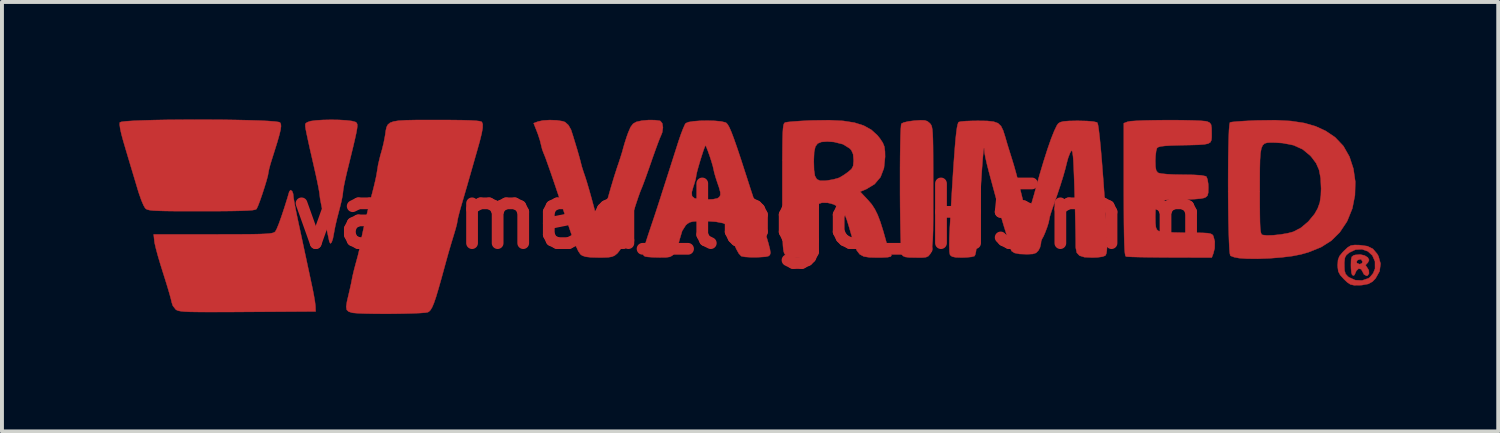
<source format=kicad_pcb>
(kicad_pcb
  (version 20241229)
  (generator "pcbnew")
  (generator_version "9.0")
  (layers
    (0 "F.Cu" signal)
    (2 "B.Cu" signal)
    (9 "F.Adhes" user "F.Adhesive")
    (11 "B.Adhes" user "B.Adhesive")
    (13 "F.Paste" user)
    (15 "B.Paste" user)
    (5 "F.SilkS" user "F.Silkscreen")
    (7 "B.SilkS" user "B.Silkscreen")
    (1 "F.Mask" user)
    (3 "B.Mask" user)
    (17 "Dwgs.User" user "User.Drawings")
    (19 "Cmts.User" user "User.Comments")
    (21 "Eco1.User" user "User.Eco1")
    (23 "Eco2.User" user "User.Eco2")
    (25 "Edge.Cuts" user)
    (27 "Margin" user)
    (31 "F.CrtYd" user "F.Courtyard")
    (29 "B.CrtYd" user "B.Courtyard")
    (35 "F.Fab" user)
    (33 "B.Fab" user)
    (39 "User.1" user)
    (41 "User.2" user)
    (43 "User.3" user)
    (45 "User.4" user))
  (footprint "varimed_logo_H5mm"
    (layer "F.Cu")
    (at 16.08 2.469)
    (property "Reference" "varimed_logo_H5mm" (at 0 0 0) (layer "F.Cu") (effects (font (size 1.524 1.524) (thickness 0.3))))
    (attr through_hole)
    (fp_poly (pts (xy 15.715 1.005) (xy 15.797 1.055) (xy 15.83 1.12) (xy 15.799 1.188) (xy 15.782 1.203) (xy 15.74 1.25) (xy 15.772 1.301) (xy 15.775 1.304) (xy 15.823 1.382) (xy 15.828 1.465) (xy 15.792 1.518) (xy 15.765 1.524) (xy 15.7 1.489) (xy 15.676 1.442) (xy 15.628 1.355) (xy 15.563 1.34) (xy 15.503 1.398) (xy 15.494 1.419) (xy 15.457 1.503) (xy 15.426 1.519) (xy 15.395 1.496) (xy 15.379 1.441) (xy 15.369 1.33) (xy 15.367 1.243) (xy 15.369 1.174) (xy 15.509 1.174) (xy 15.523 1.201) (xy 15.591 1.228) (xy 15.649 1.203) (xy 15.663 1.164) (xy 15.631 1.108) (xy 15.602 1.101) (xy 15.533 1.124) (xy 15.509 1.174) (xy 15.369 1.174) (xy 15.371 1.11) (xy 15.389 1.038) (xy 15.432 1.004) (xy 15.473 0.991) (xy 15.602 0.98) (xy 15.715 1.005)) (stroke (width 0.01) (type solid)) (fill yes) (layer "F.Cu"))
    (fp_poly (pts (xy 15.591 0.74) (xy 15.788 0.767) (xy 15.928 0.836) (xy 16.034 0.961) (xy 16.07 1.024) (xy 16.123 1.214) (xy 16.098 1.407) (xy 15.996 1.589) (xy 15.918 1.671) (xy 15.811 1.731) (xy 15.647 1.761) (xy 15.589 1.764) (xy 15.448 1.765) (xy 15.354 1.744) (xy 15.271 1.688) (xy 15.19 1.611) (xy 15.092 1.503) (xy 15.044 1.411) (xy 15.029 1.297) (xy 15.028 1.249) (xy 15.028 1.248) (xy 15.198 1.248) (xy 15.204 1.388) (xy 15.229 1.475) (xy 15.285 1.538) (xy 15.314 1.561) (xy 15.474 1.634) (xy 15.651 1.643) (xy 15.813 1.588) (xy 15.847 1.564) (xy 15.934 1.46) (xy 15.982 1.342) (xy 15.981 1.157) (xy 15.915 1.006) (xy 15.8 0.899) (xy 15.65 0.846) (xy 15.483 0.856) (xy 15.325 0.931) (xy 15.249 0.994) (xy 15.212 1.064) (xy 15.199 1.173) (xy 15.198 1.248) (xy 15.028 1.248) (xy 15.037 1.119) (xy 15.073 1.023) (xy 15.154 0.924) (xy 15.188 0.889) (xy 15.285 0.798) (xy 15.365 0.751) (xy 15.463 0.737) (xy 15.591 0.74)) (stroke (width 0.01) (type solid)) (fill yes) (layer "F.Cu"))
    (fp_poly (pts (xy 4.485 -2.445) (xy 4.552 -2.422) (xy 4.609 -2.376) (xy 4.61 -2.375) (xy 4.633 -2.35) (xy 4.652 -2.319) (xy 4.666 -2.275) (xy 4.678 -2.208) (xy 4.686 -2.111) (xy 4.692 -1.974) (xy 4.696 -1.79) (xy 4.698 -1.549) (xy 4.699 -1.244) (xy 4.699 -0.865) (xy 4.699 -0.708) (xy 4.699 -0.275) (xy 4.699 0.082) (xy 4.696 0.368) (xy 4.688 0.593) (xy 4.674 0.763) (xy 4.652 0.886) (xy 4.62 0.969) (xy 4.576 1.021) (xy 4.517 1.048) (xy 4.443 1.058) (xy 4.351 1.059) (xy 4.254 1.058) (xy 4.087 1.055) (xy 3.985 1.042) (xy 3.927 1.016) (xy 3.896 0.976) (xy 3.886 0.916) (xy 3.877 0.784) (xy 3.87 0.59) (xy 3.864 0.346) (xy 3.859 0.063) (xy 3.855 -0.246) (xy 3.853 -0.572) (xy 3.853 -0.901) (xy 3.853 -1.223) (xy 3.855 -1.526) (xy 3.859 -1.799) (xy 3.864 -2.031) (xy 3.871 -2.209) (xy 3.88 -2.323) (xy 3.887 -2.36) (xy 3.944 -2.39) (xy 4.062 -2.418) (xy 4.218 -2.438) (xy 4.221 -2.439) (xy 4.383 -2.449) (xy 4.485 -2.445)) (stroke (width 0.01) (type solid)) (fill yes) (layer "F.Cu"))
    (fp_poly (pts (xy -10.473 -2.457) (xy -10.287 -2.446) (xy -10.139 -2.428) (xy -10.048 -2.402) (xy -10.033 -2.391) (xy -10.017 -2.369) (xy -10.007 -2.341) (xy -10.006 -2.297) (xy -10.014 -2.227) (xy -10.033 -2.123) (xy -10.065 -1.976) (xy -10.112 -1.775) (xy -10.176 -1.512) (xy -10.258 -1.177) (xy -10.27 -1.131) (xy -10.313 -0.943) (xy -10.348 -0.775) (xy -10.368 -0.652) (xy -10.372 -0.61) (xy -10.383 -0.522) (xy -10.412 -0.378) (xy -10.455 -0.204) (xy -10.473 -0.135) (xy -10.523 0.057) (xy -10.567 0.244) (xy -10.596 0.392) (xy -10.601 0.423) (xy -10.63 0.575) (xy -10.662 0.669) (xy -10.694 0.698) (xy -10.72 0.652) (xy -10.724 0.633) (xy -10.741 0.551) (xy -10.772 0.408) (xy -10.813 0.224) (xy -10.855 0.042) (xy -10.899 -0.157) (xy -10.934 -0.332) (xy -10.958 -0.462) (xy -10.965 -0.526) (xy -10.974 -0.599) (xy -10.998 -0.734) (xy -11.034 -0.911) (xy -11.07 -1.077) (xy -11.151 -1.434) (xy -11.216 -1.717) (xy -11.264 -1.936) (xy -11.299 -2.099) (xy -11.322 -2.214) (xy -11.333 -2.29) (xy -11.334 -2.338) (xy -11.327 -2.364) (xy -11.312 -2.379) (xy -11.293 -2.39) (xy -11.279 -2.399) (xy -11.2 -2.426) (xy -11.06 -2.445) (xy -10.879 -2.456) (xy -10.677 -2.46) (xy -10.473 -2.457)) (stroke (width 0.01) (type solid)) (fill yes) (layer "F.Cu"))
    (fp_poly (pts (xy -11.672 -0.64) (xy -11.645 -0.572) (xy -11.642 -0.537) (xy -11.633 -0.461) (xy -11.609 -0.322) (xy -11.574 -0.14) (xy -11.532 0.064) (xy -11.476 0.323) (xy -11.414 0.612) (xy -11.355 0.888) (xy -11.323 1.037) (xy -11.273 1.271) (xy -11.22 1.518) (xy -11.173 1.74) (xy -11.151 1.841) (xy -11.116 2.019) (xy -11.089 2.179) (xy -11.075 2.293) (xy -11.074 2.307) (xy -11.07 2.434) (xy -12.811 2.445) (xy -13.243 2.448) (xy -13.598 2.449) (xy -13.885 2.449) (xy -14.111 2.447) (xy -14.284 2.444) (xy -14.412 2.438) (xy -14.504 2.429) (xy -14.567 2.418) (xy -14.609 2.404) (xy -14.639 2.386) (xy -14.644 2.382) (xy -14.717 2.288) (xy -14.746 2.201) (xy -14.763 2.125) (xy -14.801 1.986) (xy -14.856 1.799) (xy -14.923 1.583) (xy -14.962 1.46) (xy -15.035 1.227) (xy -15.1 1.007) (xy -15.15 0.821) (xy -15.181 0.686) (xy -15.187 0.646) (xy -15.206 0.466) (xy -13.684 0.466) (xy -13.283 0.465) (xy -12.958 0.464) (xy -12.701 0.462) (xy -12.503 0.458) (xy -12.356 0.452) (xy -12.251 0.444) (xy -12.181 0.433) (xy -12.136 0.419) (xy -12.108 0.401) (xy -12.099 0.392) (xy -12.062 0.323) (xy -12.007 0.188) (xy -11.941 0.003) (xy -11.868 -0.217) (xy -11.793 -0.456) (xy -11.743 -0.627) (xy -11.711 -0.665) (xy -11.672 -0.64)) (stroke (width 0.01) (type solid)) (fill yes) (layer "F.Cu"))
    (fp_poly (pts (xy -13.808 -2.463) (xy -13.452 -2.461) (xy -13.113 -2.456) (xy -12.799 -2.449) (xy -12.522 -2.441) (xy -12.292 -2.43) (xy -12.118 -2.417) (xy -12.01 -2.402) (xy -11.979 -2.39) (xy -11.959 -2.352) (xy -11.954 -2.294) (xy -11.966 -2.205) (xy -11.997 -2.075) (xy -12.049 -1.892) (xy -12.126 -1.645) (xy -12.176 -1.487) (xy -12.225 -1.33) (xy -12.26 -1.198) (xy -12.276 -1.117) (xy -12.277 -1.111) (xy -12.29 -1.036) (xy -12.325 -0.905) (xy -12.375 -0.741) (xy -12.432 -0.565) (xy -12.489 -0.4) (xy -12.54 -0.267) (xy -12.576 -0.189) (xy -12.581 -0.181) (xy -12.614 -0.165) (xy -12.687 -0.152) (xy -12.809 -0.143) (xy -12.986 -0.136) (xy -13.225 -0.131) (xy -13.533 -0.128) (xy -13.918 -0.127) (xy -13.99 -0.127) (xy -14.368 -0.127) (xy -14.67 -0.128) (xy -14.905 -0.131) (xy -15.083 -0.136) (xy -15.212 -0.142) (xy -15.302 -0.152) (xy -15.36 -0.165) (xy -15.398 -0.182) (xy -15.422 -0.203) (xy -15.423 -0.203) (xy -15.466 -0.278) (xy -15.522 -0.41) (xy -15.58 -0.575) (xy -15.6 -0.637) (xy -15.706 -0.991) (xy -15.791 -1.274) (xy -15.858 -1.498) (xy -15.91 -1.673) (xy -15.95 -1.809) (xy -15.982 -1.917) (xy -16.007 -2.009) (xy -16.028 -2.086) (xy -16.06 -2.228) (xy -16.075 -2.342) (xy -16.071 -2.393) (xy -16.024 -2.409) (xy -15.902 -2.423) (xy -15.716 -2.435) (xy -15.475 -2.445) (xy -15.19 -2.453) (xy -14.87 -2.459) (xy -14.527 -2.462) (xy -14.169 -2.464) (xy -13.808 -2.463)) (stroke (width 0.01) (type solid)) (fill yes) (layer "F.Cu"))
    (fp_poly (pts (xy 13.833 -2.429) (xy 14.171 -2.378) (xy 14.462 -2.295) (xy 14.717 -2.178) (xy 14.947 -2.024) (xy 14.971 -2.005) (xy 15.174 -1.79) (xy 15.328 -1.52) (xy 15.43 -1.21) (xy 15.478 -0.877) (xy 15.469 -0.534) (xy 15.403 -0.198) (xy 15.276 0.116) (xy 15.259 0.148) (xy 15.08 0.415) (xy 14.865 0.627) (xy 14.602 0.793) (xy 14.278 0.923) (xy 14.095 0.975) (xy 13.874 1.019) (xy 13.596 1.053) (xy 13.29 1.077) (xy 12.984 1.089) (xy 12.704 1.086) (xy 12.51 1.072) (xy 12.388 1.049) (xy 12.3 1.016) (xy 12.288 1.008) (xy 12.275 0.956) (xy 12.263 0.831) (xy 12.254 0.644) (xy 12.246 0.406) (xy 12.239 0.129) (xy 12.235 -0.177) (xy 12.232 -0.501) (xy 12.231 -0.831) (xy 12.231 -0.898) (xy 13.039 -0.898) (xy 13.039 -0.63) (xy 13.039 -0.297) (xy 13.041 -0.039) (xy 13.044 0.154) (xy 13.05 0.292) (xy 13.059 0.383) (xy 13.072 0.439) (xy 13.089 0.468) (xy 13.112 0.481) (xy 13.113 0.481) (xy 13.223 0.493) (xy 13.385 0.488) (xy 13.572 0.468) (xy 13.754 0.437) (xy 13.894 0.4) (xy 14.088 0.299) (xy 14.278 0.139) (xy 14.439 -0.056) (xy 14.517 -0.194) (xy 14.572 -0.346) (xy 14.599 -0.527) (xy 14.605 -0.704) (xy 14.593 -0.971) (xy 14.553 -1.18) (xy 14.477 -1.353) (xy 14.357 -1.513) (xy 14.326 -1.547) (xy 14.134 -1.706) (xy 13.902 -1.811) (xy 13.619 -1.866) (xy 13.429 -1.878) (xy 13.317 -1.88) (xy 13.229 -1.875) (xy 13.162 -1.855) (xy 13.113 -1.809) (xy 13.079 -1.73) (xy 13.057 -1.608) (xy 13.045 -1.435) (xy 13.04 -1.201) (xy 13.039 -0.898) (xy 12.231 -0.898) (xy 12.232 -1.157) (xy 12.234 -1.467) (xy 12.239 -1.75) (xy 12.245 -1.994) (xy 12.253 -2.19) (xy 12.264 -2.326) (xy 12.276 -2.39) (xy 12.279 -2.393) (xy 12.334 -2.404) (xy 12.459 -2.416) (xy 12.637 -2.428) (xy 12.852 -2.439) (xy 12.971 -2.444) (xy 13.437 -2.45) (xy 13.833 -2.429)) (stroke (width 0.01) (type solid)) (fill yes) (layer "F.Cu"))
    (fp_poly (pts (xy -7.624 -2.454) (xy -7.34 -2.451) (xy -7.126 -2.445) (xy -6.975 -2.436) (xy -6.879 -2.424) (xy -6.83 -2.408) (xy -6.825 -2.402) (xy -6.804 -2.349) (xy -6.805 -2.256) (xy -6.83 -2.114) (xy -6.88 -1.911) (xy -6.941 -1.693) (xy -6.999 -1.491) (xy -7.066 -1.256) (xy -7.129 -1.035) (xy -7.135 -1.016) (xy -7.199 -0.791) (xy -7.273 -0.537) (xy -7.34 -0.307) (xy -7.344 -0.294) (xy -7.392 -0.125) (xy -7.429 0.018) (xy -7.449 0.111) (xy -7.451 0.129) (xy -7.463 0.197) (xy -7.495 0.321) (xy -7.541 0.476) (xy -7.551 0.508) (xy -7.608 0.696) (xy -7.676 0.927) (xy -7.741 1.161) (xy -7.765 1.249) (xy -7.859 1.592) (xy -7.936 1.863) (xy -7.998 2.07) (xy -8.05 2.221) (xy -8.095 2.327) (xy -8.135 2.395) (xy -8.175 2.436) (xy -8.203 2.453) (xy -8.272 2.465) (xy -8.409 2.475) (xy -8.6 2.483) (xy -8.828 2.489) (xy -9.079 2.493) (xy -9.335 2.494) (xy -9.581 2.492) (xy -9.803 2.488) (xy -9.983 2.481) (xy -10.106 2.471) (xy -10.139 2.466) (xy -10.227 2.438) (xy -10.276 2.393) (xy -10.289 2.314) (xy -10.27 2.184) (xy -10.237 2.042) (xy -10.197 1.871) (xy -10.163 1.718) (xy -10.143 1.614) (xy -10.141 1.604) (xy -10.122 1.51) (xy -10.087 1.364) (xy -10.042 1.195) (xy -10.035 1.171) (xy -9.989 1) (xy -9.952 0.846) (xy -9.931 0.738) (xy -9.929 0.729) (xy -9.909 0.609) (xy -9.871 0.426) (xy -9.821 0.2) (xy -9.762 -0.05) (xy -9.699 -0.304) (xy -9.637 -0.544) (xy -9.629 -0.572) (xy -9.581 -0.76) (xy -9.54 -0.934) (xy -9.513 -1.067) (xy -9.508 -1.102) (xy -9.473 -1.319) (xy -9.417 -1.551) (xy -9.376 -1.693) (xy -9.334 -1.862) (xy -9.299 -2.044) (xy -9.292 -2.088) (xy -9.277 -2.193) (xy -9.258 -2.275) (xy -9.224 -2.339) (xy -9.167 -2.385) (xy -9.078 -2.417) (xy -8.946 -2.438) (xy -8.764 -2.449) (xy -8.521 -2.454) (xy -8.208 -2.455) (xy -7.985 -2.455) (xy -7.624 -2.454)) (stroke (width 0.01) (type solid)) (fill yes) (layer "F.Cu"))
    (fp_poly (pts (xy 11.101 -2.449) (xy 11.33 -2.444) (xy 11.518 -2.436) (xy 11.648 -2.425) (xy 11.699 -2.415) (xy 11.761 -2.385) (xy 11.795 -2.338) (xy 11.809 -2.251) (xy 11.811 -2.119) (xy 11.811 -2.015) (xy 11.803 -1.939) (xy 11.777 -1.886) (xy 11.72 -1.852) (xy 11.621 -1.832) (xy 11.47 -1.821) (xy 11.254 -1.815) (xy 11.037 -1.811) (xy 10.792 -1.804) (xy 10.619 -1.794) (xy 10.506 -1.78) (xy 10.441 -1.76) (xy 10.413 -1.736) (xy 10.392 -1.661) (xy 10.377 -1.533) (xy 10.372 -1.409) (xy 10.377 -1.257) (xy 10.394 -1.166) (xy 10.431 -1.116) (xy 10.454 -1.102) (xy 10.526 -1.086) (xy 10.663 -1.072) (xy 10.847 -1.062) (xy 11.059 -1.058) (xy 11.08 -1.058) (xy 11.352 -1.054) (xy 11.541 -1.042) (xy 11.65 -1.021) (xy 11.676 -1.008) (xy 11.704 -0.939) (xy 11.723 -0.818) (xy 11.726 -0.731) (xy 11.722 -0.597) (xy 11.702 -0.522) (xy 11.657 -0.482) (xy 11.618 -0.465) (xy 11.534 -0.448) (xy 11.386 -0.435) (xy 11.196 -0.426) (xy 10.991 -0.423) (xy 10.724 -0.419) (xy 10.54 -0.405) (xy 10.438 -0.383) (xy 10.422 -0.373) (xy 10.395 -0.301) (xy 10.377 -0.163) (xy 10.372 0.007) (xy 10.375 0.178) (xy 10.386 0.284) (xy 10.411 0.344) (xy 10.452 0.379) (xy 10.454 0.38) (xy 10.525 0.395) (xy 10.664 0.409) (xy 10.856 0.418) (xy 11.084 0.423) (xy 11.172 0.423) (xy 11.418 0.424) (xy 11.593 0.428) (xy 11.71 0.435) (xy 11.783 0.449) (xy 11.825 0.47) (xy 11.849 0.5) (xy 11.852 0.505) (xy 11.89 0.645) (xy 11.887 0.817) (xy 11.854 0.95) (xy 11.813 1.058) (xy 10.743 1.055) (xy 10.449 1.053) (xy 10.181 1.05) (xy 9.952 1.046) (xy 9.774 1.041) (xy 9.659 1.035) (xy 9.62 1.03) (xy 9.606 1.006) (xy 9.595 0.943) (xy 9.586 0.834) (xy 9.579 0.672) (xy 9.574 0.452) (xy 9.57 0.167) (xy 9.568 -0.19) (xy 9.567 -0.624) (xy 9.567 -0.682) (xy 9.567 -2.373) (xy 9.663 -2.41) (xy 9.74 -2.424) (xy 9.887 -2.434) (xy 10.086 -2.443) (xy 10.323 -2.448) (xy 10.582 -2.451) (xy 10.847 -2.452) (xy 11.101 -2.449)) (stroke (width 0.01) (type solid)) (fill yes) (layer "F.Cu"))
    (fp_poly (pts (xy -4.913 -2.447) (xy -4.762 -2.423) (xy -4.701 -2.401) (xy -4.616 -2.325) (xy -4.551 -2.211) (xy -4.547 -2.201) (xy -4.497 -2.047) (xy -4.442 -1.866) (xy -4.386 -1.681) (xy -4.339 -1.516) (xy -4.306 -1.394) (xy -4.296 -1.353) (xy -4.274 -1.266) (xy -4.232 -1.134) (xy -4.194 -1.025) (xy -4.148 -0.881) (xy -4.09 -0.685) (xy -4.027 -0.461) (xy -3.966 -0.235) (xy -3.915 -0.034) (xy -3.88 0.118) (xy -3.876 0.141) (xy -3.86 0.223) (xy -3.854 0.254) (xy -3.835 0.251) (xy -3.801 0.186) (xy -3.758 0.08) (xy -3.715 -0.048) (xy -3.682 -0.169) (xy -3.618 -0.421) (xy -3.535 -0.715) (xy -3.445 -1.015) (xy -3.358 -1.284) (xy -3.34 -1.333) (xy -3.286 -1.498) (xy -3.237 -1.656) (xy -3.214 -1.744) (xy -3.176 -1.874) (xy -3.123 -2.038) (xy -3.089 -2.132) (xy -3.027 -2.275) (xy -2.964 -2.359) (xy -2.881 -2.406) (xy -2.871 -2.409) (xy -2.739 -2.438) (xy -2.574 -2.453) (xy -2.411 -2.452) (xy -2.286 -2.435) (xy -2.268 -2.43) (xy -2.219 -2.37) (xy -2.202 -2.263) (xy -2.22 -2.138) (xy -2.25 -2.062) (xy -2.281 -1.991) (xy -2.333 -1.856) (xy -2.399 -1.675) (xy -2.474 -1.465) (xy -2.504 -1.377) (xy -2.58 -1.161) (xy -2.649 -0.967) (xy -2.706 -0.814) (xy -2.743 -0.718) (xy -2.752 -0.699) (xy -2.786 -0.614) (xy -2.834 -0.48) (xy -2.874 -0.36) (xy -2.972 -0.063) (xy -3.057 0.177) (xy -3.095 0.275) (xy -3.171 0.466) (xy -3.22 0.596) (xy -3.247 0.682) (xy -3.258 0.74) (xy -3.26 0.769) (xy -3.289 0.852) (xy -3.361 0.945) (xy -3.372 0.955) (xy -3.435 1.006) (xy -3.504 1.036) (xy -3.602 1.052) (xy -3.752 1.057) (xy -3.848 1.057) (xy -4.043 1.052) (xy -4.173 1.037) (xy -4.259 1.009) (xy -4.304 0.979) (xy -4.361 0.898) (xy -4.434 0.74) (xy -4.522 0.509) (xy -4.589 0.314) (xy -4.729 -0.11) (xy -4.857 -0.495) (xy -4.971 -0.833) (xy -5.069 -1.119) (xy -5.149 -1.346) (xy -5.207 -1.507) (xy -5.243 -1.595) (xy -5.247 -1.604) (xy -5.284 -1.702) (xy -5.312 -1.814) (xy -5.341 -1.933) (xy -5.39 -2.083) (xy -5.419 -2.16) (xy -5.503 -2.373) (xy -5.395 -2.414) (xy -5.263 -2.443) (xy -5.091 -2.453) (xy -4.913 -2.447)) (stroke (width 0.01) (type solid)) (fill yes) (layer "F.Cu"))
    (fp_poly (pts (xy -0.875 -2.433) (xy -0.717 -2.418) (xy -0.609 -2.393) (xy -0.581 -2.378) (xy -0.545 -2.336) (xy -0.503 -2.26) (xy -0.452 -2.143) (xy -0.389 -1.976) (xy -0.311 -1.754) (xy -0.215 -1.467) (xy -0.099 -1.108) (xy -0.062 -0.995) (xy 0.031 -0.705) (xy 0.133 -0.396) (xy 0.233 -0.095) (xy 0.322 0.17) (xy 0.369 0.306) (xy 0.438 0.513) (xy 0.493 0.699) (xy 0.53 0.845) (xy 0.543 0.932) (xy 0.543 0.941) (xy 0.529 0.99) (xy 0.494 1.02) (xy 0.419 1.037) (xy 0.285 1.046) (xy 0.202 1.05) (xy 0.034 1.05) (xy -0.109 1.041) (xy -0.198 1.023) (xy -0.205 1.019) (xy -0.264 0.955) (xy -0.332 0.832) (xy -0.4 0.673) (xy -0.458 0.502) (xy -0.497 0.342) (xy -0.505 0.287) (xy -0.552 0.227) (xy -0.67 0.178) (xy -0.846 0.144) (xy -1.067 0.128) (xy -1.135 0.127) (xy -1.319 0.129) (xy -1.44 0.138) (xy -1.52 0.159) (xy -1.58 0.197) (xy -1.619 0.233) (xy -1.711 0.378) (xy -1.774 0.589) (xy -1.816 0.746) (xy -1.871 0.884) (xy -1.909 0.948) (xy -1.962 1.006) (xy -2.023 1.039) (xy -2.116 1.053) (xy -2.265 1.055) (xy -2.3 1.055) (xy -2.457 1.051) (xy -2.585 1.042) (xy -2.655 1.031) (xy -2.656 1.03) (xy -2.688 1.012) (xy -2.705 0.98) (xy -2.705 0.925) (xy -2.688 0.834) (xy -2.65 0.699) (xy -2.588 0.507) (xy -2.502 0.25) (xy -2.475 0.169) (xy -2.422 0.012) (xy -2.346 -0.219) (xy -2.25 -0.516) (xy -2.221 -0.608) (xy -1.467 -0.608) (xy -1.459 -0.511) (xy -1.395 -0.455) (xy -1.263 -0.429) (xy -1.101 -0.423) (xy -0.922 -0.431) (xy -0.811 -0.454) (xy -0.76 -0.489) (xy -0.735 -0.539) (xy -0.737 -0.612) (xy -0.768 -0.729) (xy -0.801 -0.824) (xy -0.852 -0.978) (xy -0.891 -1.113) (xy -0.908 -1.192) (xy -0.926 -1.272) (xy -0.962 -1.395) (xy -1.008 -1.537) (xy -1.055 -1.669) (xy -1.094 -1.768) (xy -1.113 -1.805) (xy -1.131 -1.775) (xy -1.165 -1.684) (xy -1.208 -1.553) (xy -1.255 -1.402) (xy -1.299 -1.251) (xy -1.334 -1.122) (xy -1.353 -1.034) (xy -1.354 -1.015) (xy -1.368 -0.94) (xy -1.403 -0.821) (xy -1.425 -0.754) (xy -1.467 -0.608) (xy -2.221 -0.608) (xy -2.136 -0.872) (xy -2.006 -1.278) (xy -1.862 -1.729) (xy -1.806 -1.905) (xy -1.745 -2.083) (xy -1.687 -2.235) (xy -1.64 -2.34) (xy -1.62 -2.371) (xy -1.551 -2.401) (xy -1.42 -2.422) (xy -1.248 -2.435) (xy -1.06 -2.438) (xy -0.875 -2.433)) (stroke (width 0.01) (type solid)) (fill yes) (layer "F.Cu"))
    (fp_poly (pts (xy 2.4 -2.432) (xy 2.689 -2.387) (xy 2.925 -2.312) (xy 3.117 -2.206) (xy 3.273 -2.065) (xy 3.34 -1.982) (xy 3.412 -1.874) (xy 3.452 -1.776) (xy 3.468 -1.654) (xy 3.471 -1.514) (xy 3.442 -1.226) (xy 3.354 -0.996) (xy 3.202 -0.817) (xy 2.984 -0.686) (xy 2.964 -0.678) (xy 2.834 -0.624) (xy 3.038 -0.407) (xy 3.13 -0.3) (xy 3.208 -0.18) (xy 3.28 -0.036) (xy 3.35 0.148) (xy 3.425 0.386) (xy 3.511 0.691) (xy 3.519 0.72) (xy 3.557 0.842) (xy 3.594 0.931) (xy 3.606 0.95) (xy 3.635 0.999) (xy 3.616 1.031) (xy 3.539 1.049) (xy 3.393 1.057) (xy 3.267 1.058) (xy 3.069 1.053) (xy 2.927 1.03) (xy 2.825 0.976) (xy 2.749 0.878) (xy 2.684 0.724) (xy 2.616 0.5) (xy 2.612 0.487) (xy 2.545 0.256) (xy 2.493 0.09) (xy 2.448 -0.025) (xy 2.403 -0.106) (xy 2.35 -0.169) (xy 2.286 -0.226) (xy 2.158 -0.301) (xy 2.008 -0.34) (xy 1.862 -0.343) (xy 1.746 -0.307) (xy 1.695 -0.257) (xy 1.678 -0.185) (xy 1.665 -0.048) (xy 1.655 0.137) (xy 1.651 0.351) (xy 1.651 0.391) (xy 1.647 0.666) (xy 1.636 0.86) (xy 1.616 0.975) (xy 1.6 1.008) (xy 1.531 1.035) (xy 1.401 1.053) (xy 1.268 1.058) (xy 1.099 1.052) (xy 0.993 1.031) (xy 0.926 0.99) (xy 0.917 0.981) (xy 0.899 0.954) (xy 0.884 0.912) (xy 0.872 0.846) (xy 0.863 0.748) (xy 0.857 0.61) (xy 0.852 0.425) (xy 0.849 0.183) (xy 0.847 -0.123) (xy 0.847 -0.501) (xy 0.847 -0.729) (xy 0.847 -1.145) (xy 0.848 -1.393) (xy 1.651 -1.393) (xy 1.657 -1.174) (xy 1.679 -1.028) (xy 1.728 -0.942) (xy 1.811 -0.904) (xy 1.937 -0.904) (xy 2.006 -0.912) (xy 2.149 -0.937) (xy 2.268 -0.969) (xy 2.307 -0.984) (xy 2.397 -1.037) (xy 2.509 -1.114) (xy 2.529 -1.129) (xy 2.615 -1.204) (xy 2.656 -1.283) (xy 2.667 -1.402) (xy 2.667 -1.434) (xy 2.655 -1.581) (xy 2.612 -1.68) (xy 2.568 -1.729) (xy 2.396 -1.836) (xy 2.165 -1.894) (xy 1.993 -1.905) (xy 1.848 -1.895) (xy 1.75 -1.856) (xy 1.69 -1.774) (xy 1.66 -1.638) (xy 1.651 -1.432) (xy 1.651 -1.393) (xy 0.848 -1.393) (xy 0.848 -1.484) (xy 0.85 -1.755) (xy 0.853 -1.965) (xy 0.858 -2.122) (xy 0.865 -2.234) (xy 0.875 -2.309) (xy 0.887 -2.355) (xy 0.903 -2.38) (xy 0.921 -2.391) (xy 0.988 -2.403) (xy 1.123 -2.416) (xy 1.308 -2.429) (xy 1.526 -2.441) (xy 1.622 -2.444) (xy 2.047 -2.45) (xy 2.4 -2.432)) (stroke (width 0.01) (type solid)) (fill yes) (layer "F.Cu"))
    (fp_poly (pts (xy 8.621 -2.429) (xy 8.783 -2.416) (xy 8.877 -2.395) (xy 8.891 -2.386) (xy 8.908 -2.331) (xy 8.928 -2.198) (xy 8.952 -1.994) (xy 8.978 -1.725) (xy 9.006 -1.398) (xy 9.035 -1.02) (xy 9.041 -0.947) (xy 9.074 -0.491) (xy 9.1 -0.112) (xy 9.119 0.197) (xy 9.132 0.443) (xy 9.138 0.635) (xy 9.139 0.778) (xy 9.133 0.88) (xy 9.122 0.949) (xy 9.105 0.992) (xy 9.093 1.008) (xy 9.024 1.035) (xy 8.893 1.053) (xy 8.758 1.058) (xy 8.562 1.048) (xy 8.436 1.009) (xy 8.366 0.934) (xy 8.341 0.813) (xy 8.339 0.77) (xy 8.338 0.574) (xy 8.334 0.332) (xy 8.328 0.059) (xy 8.321 -0.232) (xy 8.312 -0.525) (xy 8.304 -0.806) (xy 8.295 -1.061) (xy 8.286 -1.275) (xy 8.278 -1.433) (xy 8.271 -1.522) (xy 8.271 -1.524) (xy 8.255 -1.637) (xy 8.239 -1.676) (xy 8.215 -1.651) (xy 8.192 -1.608) (xy 8.146 -1.49) (xy 8.109 -1.355) (xy 8.109 -1.355) (xy 8.076 -1.219) (xy 8.021 -1.024) (xy 7.949 -0.793) (xy 7.867 -0.547) (xy 7.783 -0.306) (xy 7.764 -0.253) (xy 7.713 -0.105) (xy 7.676 0.017) (xy 7.662 0.086) (xy 7.647 0.162) (xy 7.61 0.281) (xy 7.561 0.411) (xy 7.514 0.521) (xy 7.481 0.577) (xy 7.456 0.64) (xy 7.451 0.696) (xy 7.427 0.799) (xy 7.385 0.88) (xy 7.327 0.938) (xy 7.242 0.966) (xy 7.102 0.973) (xy 7.099 0.973) (xy 6.903 0.966) (xy 6.775 0.94) (xy 6.701 0.892) (xy 6.667 0.815) (xy 6.666 0.81) (xy 6.642 0.716) (xy 6.601 0.57) (xy 6.551 0.403) (xy 6.544 0.381) (xy 6.508 0.265) (xy 6.472 0.145) (xy 6.433 0.009) (xy 6.387 -0.155) (xy 6.331 -0.358) (xy 6.262 -0.613) (xy 6.176 -0.931) (xy 6.119 -1.143) (xy 6.072 -1.328) (xy 6.034 -1.493) (xy 6.012 -1.613) (xy 6.008 -1.651) (xy 6.002 -1.736) (xy 5.994 -1.739) (xy 5.982 -1.66) (xy 5.967 -1.499) (xy 5.948 -1.255) (xy 5.926 -0.927) (xy 5.9 -0.515) (xy 5.89 -0.344) (xy 5.866 0.047) (xy 5.845 0.362) (xy 5.825 0.606) (xy 5.807 0.786) (xy 5.79 0.911) (xy 5.772 0.986) (xy 5.754 1.019) (xy 5.753 1.02) (xy 5.681 1.04) (xy 5.555 1.053) (xy 5.431 1.058) (xy 5.275 1.053) (xy 5.183 1.033) (xy 5.134 0.995) (xy 5.128 0.984) (xy 5.115 0.911) (xy 5.11 0.762) (xy 5.113 0.547) (xy 5.125 0.276) (xy 5.128 0.233) (xy 5.159 -0.313) (xy 5.187 -0.781) (xy 5.212 -1.175) (xy 5.235 -1.503) (xy 5.255 -1.769) (xy 5.273 -1.98) (xy 5.291 -2.141) (xy 5.307 -2.259) (xy 5.324 -2.338) (xy 5.34 -2.386) (xy 5.352 -2.402) (xy 5.405 -2.415) (xy 5.523 -2.426) (xy 5.689 -2.432) (xy 5.841 -2.434) (xy 6.075 -2.431) (xy 6.241 -2.413) (xy 6.354 -2.373) (xy 6.431 -2.3) (xy 6.487 -2.185) (xy 6.539 -2.021) (xy 6.593 -1.835) (xy 6.659 -1.622) (xy 6.71 -1.46) (xy 6.761 -1.293) (xy 6.822 -1.075) (xy 6.884 -0.838) (xy 6.923 -0.677) (xy 6.972 -0.478) (xy 7.016 -0.302) (xy 7.052 -0.17) (xy 7.071 -0.106) (xy 7.096 -0.056) (xy 7.12 -0.072) (xy 7.152 -0.147) (xy 7.185 -0.243) (xy 7.231 -0.396) (xy 7.284 -0.579) (xy 7.31 -0.677) (xy 7.416 -1.055) (xy 7.52 -1.403) (xy 7.619 -1.713) (xy 7.71 -1.974) (xy 7.791 -2.177) (xy 7.857 -2.314) (xy 7.893 -2.366) (xy 7.944 -2.398) (xy 8.028 -2.419) (xy 8.162 -2.43) (xy 8.361 -2.434) (xy 8.403 -2.434) (xy 8.621 -2.429)) (stroke (width 0.01) (type solid)) (fill yes) (layer "F.Cu")))
  (gr_rect
    (start -3 -3)
    (end 35.208 7.967)
    (stroke (width 0.1) (type default))
    (fill no)
    (layer "Edge.Cuts")))
</source>
